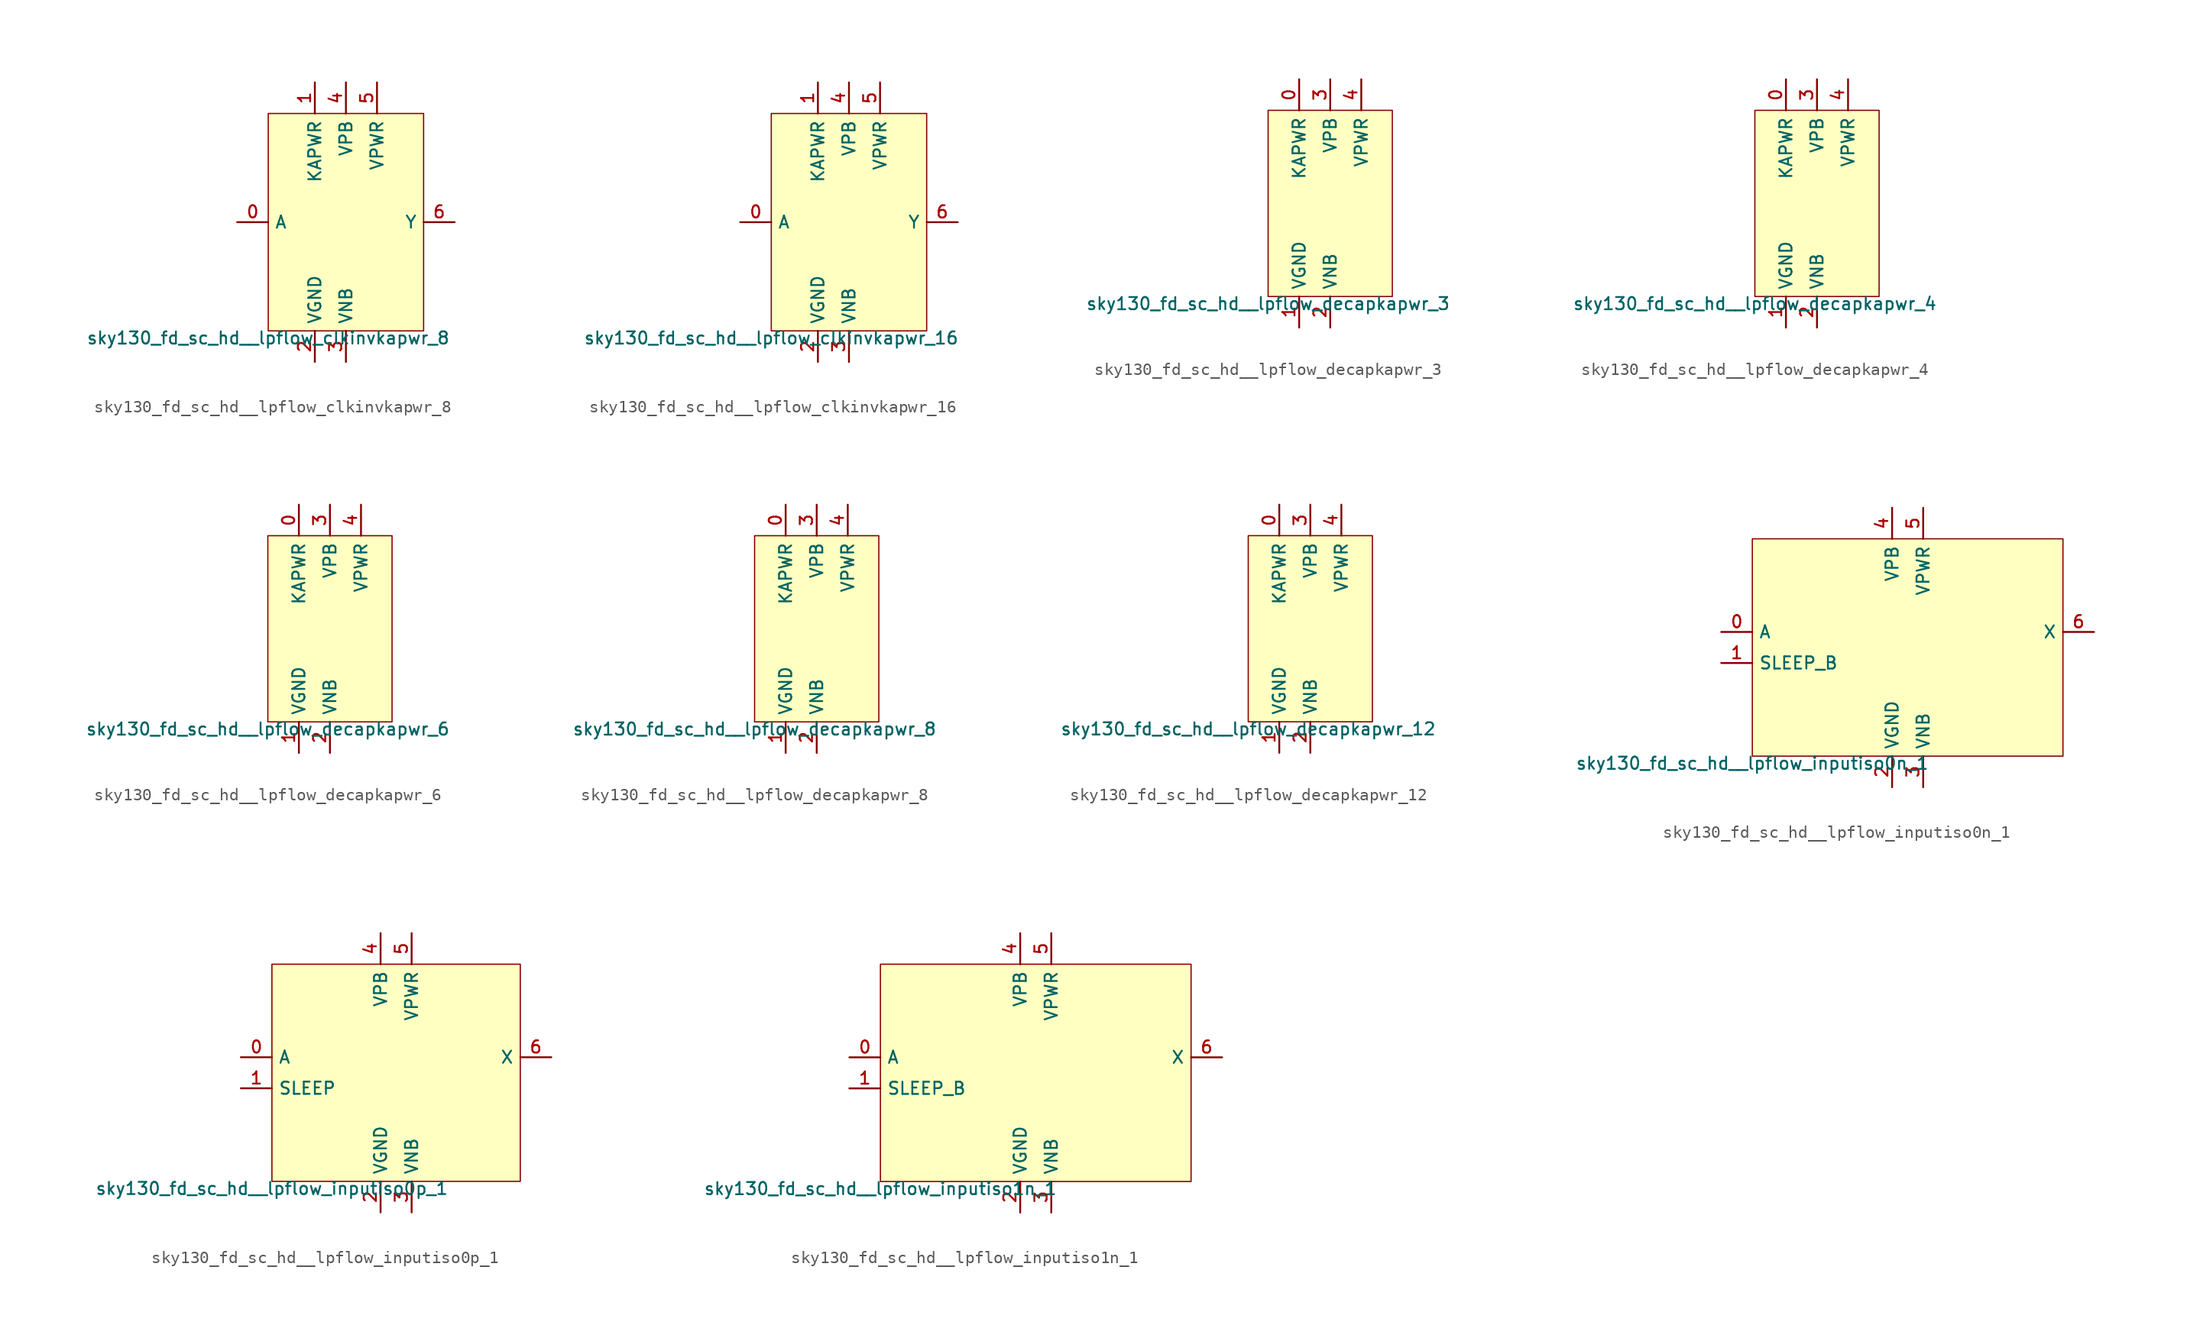
<source format=kicad_sym>
(kicad_symbol_lib
  (version 20211014)
  (generator lef2kicad_sym)
  (symbol "sky130_fd_sc_hd__lpflow_clkinvkapwr_8"
    (property "Reference" "X"
      (at 0 0 0)
      (effects (font (size 1 1)) hide))
    (property "Value" "sky130_fd_sc_hd__lpflow_clkinvkapwr_8"
      (at -6.35 -8.89 0)
      (effects (font (size 1 1)) (justify top)))
    (rectangle
      (start -6.35 -8.89)
      (end 6.35 8.89)
      (stroke (width 0.1) (type solid) (color 0 0 0 0))
      (fill (type background)))
    (pin input line
      (at -8.89 8.881784197001252e-16 0)
      (length 2.54)
      (name "A" (effects (font (size 1 1)) hide))
      (number "0" (effects (font (size 1 1)) hide)))
    (pin power_in line
      (at -2.54 11.43 270)
      (length 2.54)
      (name "KAPWR" (effects (font (size 1 1)) hide))
      (number "1" (effects (font (size 1 1)) hide)))
    (pin power_in line
      (at -2.54 -11.43 90)
      (length 2.54)
      (name "VGND" (effects (font (size 1 1)) hide))
      (number "2" (effects (font (size 1 1)) hide)))
    (pin power_in line
      (at 4.440892098500626e-16 -11.43 90)
      (length 2.54)
      (name "VNB" (effects (font (size 1 1)) hide))
      (number "3" (effects (font (size 1 1)) hide)))
    (pin power_in line
      (at 4.440892098500626e-16 11.43 270)
      (length 2.54)
      (name "VPB" (effects (font (size 1 1)) hide))
      (number "4" (effects (font (size 1 1)) hide)))
    (pin power_in line
      (at 2.54 11.43 270)
      (length 2.54)
      (name "VPWR" (effects (font (size 1 1)) hide))
      (number "5" (effects (font (size 1 1)) hide)))
    (pin output line
      (at 8.89 8.881784197001252e-16 180)
      (length 2.54)
      (name "Y" (effects (font (size 1 1)) hide))
      (number "6" (effects (font (size 1 1)) hide))))
  (symbol "sky130_fd_sc_hd__lpflow_clkinvkapwr_16"
    (property "Reference" "X"
      (at 0 0 0)
      (effects (font (size 1 1)) hide))
    (property "Value" "sky130_fd_sc_hd__lpflow_clkinvkapwr_16"
      (at -6.35 -8.89 0)
      (effects (font (size 1 1)) (justify top)))
    (rectangle
      (start -6.35 -8.89)
      (end 6.35 8.89)
      (stroke (width 0.1) (type solid) (color 0 0 0 0))
      (fill (type background)))
    (pin input line
      (at -8.89 8.881784197001252e-16 0)
      (length 2.54)
      (name "A" (effects (font (size 1 1)) hide))
      (number "0" (effects (font (size 1 1)) hide)))
    (pin power_in line
      (at -2.54 11.43 270)
      (length 2.54)
      (name "KAPWR" (effects (font (size 1 1)) hide))
      (number "1" (effects (font (size 1 1)) hide)))
    (pin power_in line
      (at -2.54 -11.43 90)
      (length 2.54)
      (name "VGND" (effects (font (size 1 1)) hide))
      (number "2" (effects (font (size 1 1)) hide)))
    (pin power_in line
      (at 4.440892098500626e-16 -11.43 90)
      (length 2.54)
      (name "VNB" (effects (font (size 1 1)) hide))
      (number "3" (effects (font (size 1 1)) hide)))
    (pin power_in line
      (at 4.440892098500626e-16 11.43 270)
      (length 2.54)
      (name "VPB" (effects (font (size 1 1)) hide))
      (number "4" (effects (font (size 1 1)) hide)))
    (pin power_in line
      (at 2.54 11.43 270)
      (length 2.54)
      (name "VPWR" (effects (font (size 1 1)) hide))
      (number "5" (effects (font (size 1 1)) hide)))
    (pin output line
      (at 8.89 8.881784197001252e-16 180)
      (length 2.54)
      (name "Y" (effects (font (size 1 1)) hide))
      (number "6" (effects (font (size 1 1)) hide))))
  (symbol "sky130_fd_sc_hd__lpflow_decapkapwr_3"
    (property "Reference" "X"
      (at 0 0 0)
      (effects (font (size 1 1)) hide))
    (property "Value" "sky130_fd_sc_hd__lpflow_decapkapwr_3"
      (at -5.08 -7.62 0)
      (effects (font (size 1 1)) (justify top)))
    (rectangle
      (start -5.08 -7.62)
      (end 5.08 7.62)
      (stroke (width 0.1) (type solid) (color 0 0 0 0))
      (fill (type background)))
    (pin power_in line
      (at -2.54 10.16 270)
      (length 2.54)
      (name "KAPWR" (effects (font (size 1 1)) hide))
      (number "0" (effects (font (size 1 1)) hide)))
    (pin power_in line
      (at -2.54 -10.16 90)
      (length 2.54)
      (name "VGND" (effects (font (size 1 1)) hide))
      (number "1" (effects (font (size 1 1)) hide)))
    (pin power_in line
      (at 0.0 -10.16 90)
      (length 2.54)
      (name "VNB" (effects (font (size 1 1)) hide))
      (number "2" (effects (font (size 1 1)) hide)))
    (pin power_in line
      (at 0.0 10.16 270)
      (length 2.54)
      (name "VPB" (effects (font (size 1 1)) hide))
      (number "3" (effects (font (size 1 1)) hide)))
    (pin power_in line
      (at 2.54 10.16 270)
      (length 2.54)
      (name "VPWR" (effects (font (size 1 1)) hide))
      (number "4" (effects (font (size 1 1)) hide))))
  (symbol "sky130_fd_sc_hd__lpflow_decapkapwr_4"
    (property "Reference" "X"
      (at 0 0 0)
      (effects (font (size 1 1)) hide))
    (property "Value" "sky130_fd_sc_hd__lpflow_decapkapwr_4"
      (at -5.08 -7.62 0)
      (effects (font (size 1 1)) (justify top)))
    (rectangle
      (start -5.08 -7.62)
      (end 5.08 7.62)
      (stroke (width 0.1) (type solid) (color 0 0 0 0))
      (fill (type background)))
    (pin power_in line
      (at -2.54 10.16 270)
      (length 2.54)
      (name "KAPWR" (effects (font (size 1 1)) hide))
      (number "0" (effects (font (size 1 1)) hide)))
    (pin power_in line
      (at -2.54 -10.16 90)
      (length 2.54)
      (name "VGND" (effects (font (size 1 1)) hide))
      (number "1" (effects (font (size 1 1)) hide)))
    (pin power_in line
      (at 0.0 -10.16 90)
      (length 2.54)
      (name "VNB" (effects (font (size 1 1)) hide))
      (number "2" (effects (font (size 1 1)) hide)))
    (pin power_in line
      (at 0.0 10.16 270)
      (length 2.54)
      (name "VPB" (effects (font (size 1 1)) hide))
      (number "3" (effects (font (size 1 1)) hide)))
    (pin power_in line
      (at 2.54 10.16 270)
      (length 2.54)
      (name "VPWR" (effects (font (size 1 1)) hide))
      (number "4" (effects (font (size 1 1)) hide))))
  (symbol "sky130_fd_sc_hd__lpflow_decapkapwr_6"
    (property "Reference" "X"
      (at 0 0 0)
      (effects (font (size 1 1)) hide))
    (property "Value" "sky130_fd_sc_hd__lpflow_decapkapwr_6"
      (at -5.08 -7.62 0)
      (effects (font (size 1 1)) (justify top)))
    (rectangle
      (start -5.08 -7.62)
      (end 5.08 7.62)
      (stroke (width 0.1) (type solid) (color 0 0 0 0))
      (fill (type background)))
    (pin power_in line
      (at -2.54 10.16 270)
      (length 2.54)
      (name "KAPWR" (effects (font (size 1 1)) hide))
      (number "0" (effects (font (size 1 1)) hide)))
    (pin power_in line
      (at -2.54 -10.16 90)
      (length 2.54)
      (name "VGND" (effects (font (size 1 1)) hide))
      (number "1" (effects (font (size 1 1)) hide)))
    (pin power_in line
      (at 0.0 -10.16 90)
      (length 2.54)
      (name "VNB" (effects (font (size 1 1)) hide))
      (number "2" (effects (font (size 1 1)) hide)))
    (pin power_in line
      (at 0.0 10.16 270)
      (length 2.54)
      (name "VPB" (effects (font (size 1 1)) hide))
      (number "3" (effects (font (size 1 1)) hide)))
    (pin power_in line
      (at 2.54 10.16 270)
      (length 2.54)
      (name "VPWR" (effects (font (size 1 1)) hide))
      (number "4" (effects (font (size 1 1)) hide))))
  (symbol "sky130_fd_sc_hd__lpflow_decapkapwr_8"
    (property "Reference" "X"
      (at 0 0 0)
      (effects (font (size 1 1)) hide))
    (property "Value" "sky130_fd_sc_hd__lpflow_decapkapwr_8"
      (at -5.08 -7.62 0)
      (effects (font (size 1 1)) (justify top)))
    (rectangle
      (start -5.08 -7.62)
      (end 5.08 7.62)
      (stroke (width 0.1) (type solid) (color 0 0 0 0))
      (fill (type background)))
    (pin power_in line
      (at -2.54 10.16 270)
      (length 2.54)
      (name "KAPWR" (effects (font (size 1 1)) hide))
      (number "0" (effects (font (size 1 1)) hide)))
    (pin power_in line
      (at -2.54 -10.16 90)
      (length 2.54)
      (name "VGND" (effects (font (size 1 1)) hide))
      (number "1" (effects (font (size 1 1)) hide)))
    (pin power_in line
      (at 0.0 -10.16 90)
      (length 2.54)
      (name "VNB" (effects (font (size 1 1)) hide))
      (number "2" (effects (font (size 1 1)) hide)))
    (pin power_in line
      (at 0.0 10.16 270)
      (length 2.54)
      (name "VPB" (effects (font (size 1 1)) hide))
      (number "3" (effects (font (size 1 1)) hide)))
    (pin power_in line
      (at 2.54 10.16 270)
      (length 2.54)
      (name "VPWR" (effects (font (size 1 1)) hide))
      (number "4" (effects (font (size 1 1)) hide))))
  (symbol "sky130_fd_sc_hd__lpflow_decapkapwr_12"
    (property "Reference" "X"
      (at 0 0 0)
      (effects (font (size 1 1)) hide))
    (property "Value" "sky130_fd_sc_hd__lpflow_decapkapwr_12"
      (at -5.08 -7.62 0)
      (effects (font (size 1 1)) (justify top)))
    (rectangle
      (start -5.08 -7.62)
      (end 5.08 7.62)
      (stroke (width 0.1) (type solid) (color 0 0 0 0))
      (fill (type background)))
    (pin power_in line
      (at -2.54 10.16 270)
      (length 2.54)
      (name "KAPWR" (effects (font (size 1 1)) hide))
      (number "0" (effects (font (size 1 1)) hide)))
    (pin power_in line
      (at -2.54 -10.16 90)
      (length 2.54)
      (name "VGND" (effects (font (size 1 1)) hide))
      (number "1" (effects (font (size 1 1)) hide)))
    (pin power_in line
      (at 0.0 -10.16 90)
      (length 2.54)
      (name "VNB" (effects (font (size 1 1)) hide))
      (number "2" (effects (font (size 1 1)) hide)))
    (pin power_in line
      (at 0.0 10.16 270)
      (length 2.54)
      (name "VPB" (effects (font (size 1 1)) hide))
      (number "3" (effects (font (size 1 1)) hide)))
    (pin power_in line
      (at 2.54 10.16 270)
      (length 2.54)
      (name "VPWR" (effects (font (size 1 1)) hide))
      (number "4" (effects (font (size 1 1)) hide))))
  (symbol "sky130_fd_sc_hd__lpflow_inputiso0n_1"
    (property "Reference" "X"
      (at 0 0 0)
      (effects (font (size 1 1)) hide))
    (property "Value" "sky130_fd_sc_hd__lpflow_inputiso0n_1"
      (at -12.7 -8.89 0)
      (effects (font (size 1 1)) (justify top)))
    (rectangle
      (start -12.7 -8.89)
      (end 12.7 8.89)
      (stroke (width 0.1) (type solid) (color 0 0 0 0))
      (fill (type background)))
    (pin input line
      (at -15.24 1.27 0)
      (length 2.54)
      (name "A" (effects (font (size 1 1)) hide))
      (number "0" (effects (font (size 1 1)) hide)))
    (pin input line
      (at -15.24 -1.27 0)
      (length 2.54)
      (name "SLEEP_B" (effects (font (size 1 1)) hide))
      (number "1" (effects (font (size 1 1)) hide)))
    (pin power_in line
      (at -1.27 -11.43 90)
      (length 2.54)
      (name "VGND" (effects (font (size 1 1)) hide))
      (number "2" (effects (font (size 1 1)) hide)))
    (pin power_in line
      (at 1.27 -11.43 90)
      (length 2.54)
      (name "VNB" (effects (font (size 1 1)) hide))
      (number "3" (effects (font (size 1 1)) hide)))
    (pin power_in line
      (at -1.27 11.43 270)
      (length 2.54)
      (name "VPB" (effects (font (size 1 1)) hide))
      (number "4" (effects (font (size 1 1)) hide)))
    (pin power_in line
      (at 1.27 11.43 270)
      (length 2.54)
      (name "VPWR" (effects (font (size 1 1)) hide))
      (number "5" (effects (font (size 1 1)) hide)))
    (pin output line
      (at 15.24 1.27 180)
      (length 2.54)
      (name "X" (effects (font (size 1 1)) hide))
      (number "6" (effects (font (size 1 1)) hide))))
  (symbol "sky130_fd_sc_hd__lpflow_inputiso0p_1"
    (property "Reference" "X"
      (at 0 0 0)
      (effects (font (size 1 1)) hide))
    (property "Value" "sky130_fd_sc_hd__lpflow_inputiso0p_1"
      (at -10.16 -8.89 0)
      (effects (font (size 1 1)) (justify top)))
    (rectangle
      (start -10.16 -8.89)
      (end 10.16 8.89)
      (stroke (width 0.1) (type solid) (color 0 0 0 0))
      (fill (type background)))
    (pin input line
      (at -12.7 1.27 0)
      (length 2.54)
      (name "A" (effects (font (size 1 1)) hide))
      (number "0" (effects (font (size 1 1)) hide)))
    (pin input line
      (at -12.7 -1.27 0)
      (length 2.54)
      (name "SLEEP" (effects (font (size 1 1)) hide))
      (number "1" (effects (font (size 1 1)) hide)))
    (pin power_in line
      (at -1.27 -11.43 90)
      (length 2.54)
      (name "VGND" (effects (font (size 1 1)) hide))
      (number "2" (effects (font (size 1 1)) hide)))
    (pin power_in line
      (at 1.27 -11.43 90)
      (length 2.54)
      (name "VNB" (effects (font (size 1 1)) hide))
      (number "3" (effects (font (size 1 1)) hide)))
    (pin power_in line
      (at -1.27 11.43 270)
      (length 2.54)
      (name "VPB" (effects (font (size 1 1)) hide))
      (number "4" (effects (font (size 1 1)) hide)))
    (pin power_in line
      (at 1.27 11.43 270)
      (length 2.54)
      (name "VPWR" (effects (font (size 1 1)) hide))
      (number "5" (effects (font (size 1 1)) hide)))
    (pin output line
      (at 12.7 1.27 180)
      (length 2.54)
      (name "X" (effects (font (size 1 1)) hide))
      (number "6" (effects (font (size 1 1)) hide))))
  (symbol "sky130_fd_sc_hd__lpflow_inputiso1n_1"
    (property "Reference" "X"
      (at 0 0 0)
      (effects (font (size 1 1)) hide))
    (property "Value" "sky130_fd_sc_hd__lpflow_inputiso1n_1"
      (at -12.7 -8.89 0)
      (effects (font (size 1 1)) (justify top)))
    (rectangle
      (start -12.7 -8.89)
      (end 12.7 8.89)
      (stroke (width 0.1) (type solid) (color 0 0 0 0))
      (fill (type background)))
    (pin input line
      (at -15.24 1.27 0)
      (length 2.54)
      (name "A" (effects (font (size 1 1)) hide))
      (number "0" (effects (font (size 1 1)) hide)))
    (pin input line
      (at -15.24 -1.27 0)
      (length 2.54)
      (name "SLEEP_B" (effects (font (size 1 1)) hide))
      (number "1" (effects (font (size 1 1)) hide)))
    (pin power_in line
      (at -1.27 -11.43 90)
      (length 2.54)
      (name "VGND" (effects (font (size 1 1)) hide))
      (number "2" (effects (font (size 1 1)) hide)))
    (pin power_in line
      (at 1.27 -11.43 90)
      (length 2.54)
      (name "VNB" (effects (font (size 1 1)) hide))
      (number "3" (effects (font (size 1 1)) hide)))
    (pin power_in line
      (at -1.27 11.43 270)
      (length 2.54)
      (name "VPB" (effects (font (size 1 1)) hide))
      (number "4" (effects (font (size 1 1)) hide)))
    (pin power_in line
      (at 1.27 11.43 270)
      (length 2.54)
      (name "VPWR" (effects (font (size 1 1)) hide))
      (number "5" (effects (font (size 1 1)) hide)))
    (pin output line
      (at 15.24 1.27 180)
      (length 2.54)
      (name "X" (effects (font (size 1 1)) hide))
      (number "6" (effects (font (size 1 1)) hide)))))
</source>
